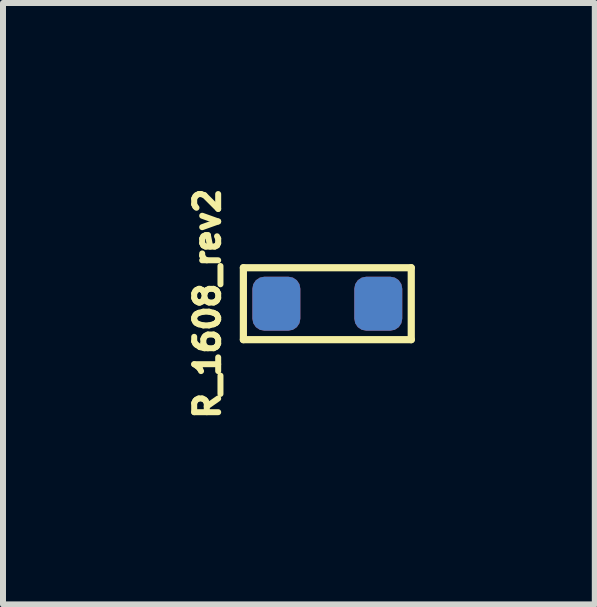
<source format=kicad_pcb>
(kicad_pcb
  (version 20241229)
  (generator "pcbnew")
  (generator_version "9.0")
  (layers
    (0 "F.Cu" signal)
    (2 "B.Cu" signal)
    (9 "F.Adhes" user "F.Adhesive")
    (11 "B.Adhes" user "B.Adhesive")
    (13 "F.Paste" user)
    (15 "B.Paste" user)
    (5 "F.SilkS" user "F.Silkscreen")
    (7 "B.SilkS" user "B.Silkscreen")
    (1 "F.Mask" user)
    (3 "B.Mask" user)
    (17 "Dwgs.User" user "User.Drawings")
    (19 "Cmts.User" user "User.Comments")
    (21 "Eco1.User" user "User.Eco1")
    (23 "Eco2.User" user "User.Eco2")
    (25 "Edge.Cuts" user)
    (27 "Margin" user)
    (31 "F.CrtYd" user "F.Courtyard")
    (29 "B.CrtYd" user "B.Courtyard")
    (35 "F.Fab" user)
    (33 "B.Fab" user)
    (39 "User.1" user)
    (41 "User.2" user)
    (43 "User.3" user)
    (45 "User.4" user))
  (footprint "R_1608_rev2"
    (layer "F.Cu")
    (at 2.409 2.015)
    (property "Reference" "R_1608_rev2" (at -2 0 270) (layer "F.SilkS") (effects (font (size 0.4 0.4) (thickness 0.1))))
    (attr through_hole)
    (fp_line (start -1.4 -0.6) (end 1.4 -0.6) (stroke (width 0.12) (type solid)) (layer "F.SilkS"))
    (fp_line (start -1.4 0.6) (end -1.4 -0.6) (stroke (width 0.12) (type solid)) (layer "F.SilkS"))
    (fp_line (start 1.4 -0.6) (end 1.4 0.6) (stroke (width 0.12) (type solid)) (layer "F.SilkS"))
    (fp_line (start 1.4 0.6) (end -1.4 0.6) (stroke (width 0.12) (type solid)) (layer "F.SilkS"))
    (pad "1" smd roundrect (at -0.85 0) (size 0.8 0.9) (layers "F.Cu" "F.Mask" "F.Paste") (roundrect_rratio 0.25))
    (pad "1" smd roundrect (at -0.85 0) (size 0.8 0.9) (layers "B.Cu" "B.Mask" "B.Paste") (roundrect_rratio 0.25))
    (pad "2" smd roundrect (at 0.85 0) (size 0.8 0.9) (layers "F.Cu" "F.Mask" "F.Paste") (roundrect_rratio 0.25))
    (pad "2" smd roundrect (at 0.85 0) (size 0.8 0.9) (layers "B.Cu" "B.Mask" "B.Paste") (roundrect_rratio 0.25)))
  (gr_rect
    (start -3 -3)
    (end 6.87 7.03)
    (stroke (width 0.1) (type default))
    (fill no)
    (layer "Edge.Cuts")))
</source>
